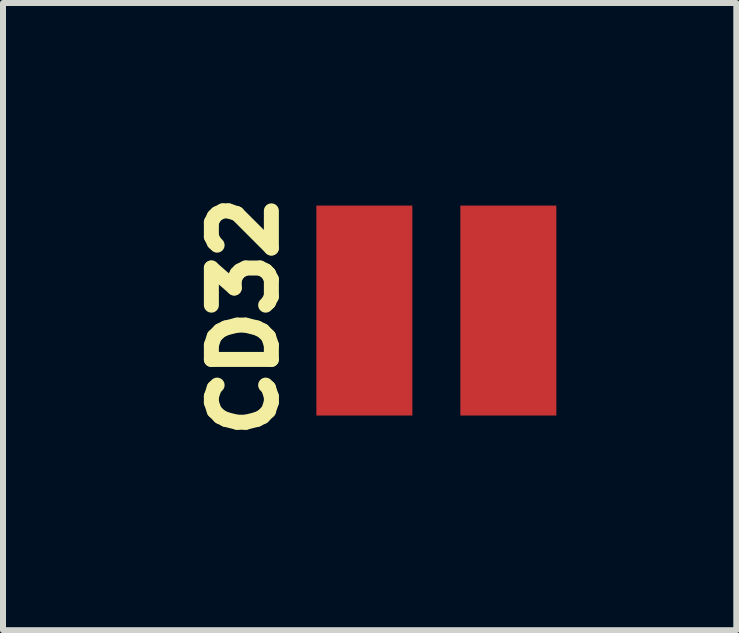
<source format=kicad_pcb>
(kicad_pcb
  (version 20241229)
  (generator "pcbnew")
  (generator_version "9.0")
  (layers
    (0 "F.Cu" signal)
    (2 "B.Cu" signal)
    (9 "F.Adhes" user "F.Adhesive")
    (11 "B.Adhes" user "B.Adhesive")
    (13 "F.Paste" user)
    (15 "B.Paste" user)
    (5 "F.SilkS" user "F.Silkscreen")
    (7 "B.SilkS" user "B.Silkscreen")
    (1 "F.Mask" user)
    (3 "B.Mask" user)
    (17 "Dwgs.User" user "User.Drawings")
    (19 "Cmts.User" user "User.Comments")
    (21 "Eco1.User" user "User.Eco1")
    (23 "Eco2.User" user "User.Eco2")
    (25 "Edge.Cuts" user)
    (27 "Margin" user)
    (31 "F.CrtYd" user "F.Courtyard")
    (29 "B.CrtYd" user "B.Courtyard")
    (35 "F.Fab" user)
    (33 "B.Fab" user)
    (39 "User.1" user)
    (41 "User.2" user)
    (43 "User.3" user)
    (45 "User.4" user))
  (footprint "CD32"
    (layer "F.Cu")
    (at 4.224 2.127)
    (property "Reference" "CD32" (at -3.2 0.1 90) (layer "F.SilkS") (effects (font (size 1 1) (thickness 0.25))))
    (attr smd)
    (pad "" smd rect (at -1.2 -1.2 180) (size 1.6 0.8) (layers "F.Paste"))
    (pad "" smd rect (at -1.2 0 180) (size 1.6 0.8) (layers "F.Paste"))
    (pad "" smd rect (at -1.2 1.2 180) (size 1.6 0.8) (layers "F.Paste"))
    (pad "" smd rect (at 1.2 -1.2 180) (size 1.6 0.8) (layers "F.Paste"))
    (pad "" smd rect (at 1.2 0 180) (size 1.6 0.8) (layers "F.Paste"))
    (pad "" smd rect (at 1.2 1.2 180) (size 1.6 0.8) (layers "F.Paste"))
    (pad "1" smd rect (at 1.2 0 180) (size 1.6 3.5) (layers "F.Cu" "F.Mask"))
    (pad "2" smd rect (at -1.2 0 180) (size 1.6 3.5) (layers "F.Cu" "F.Mask")))
  (gr_rect
    (start -3 -3)
    (end 9.224 7.455)
    (stroke (width 0.1) (type default))
    (fill no)
    (layer "Edge.Cuts")))
</source>
